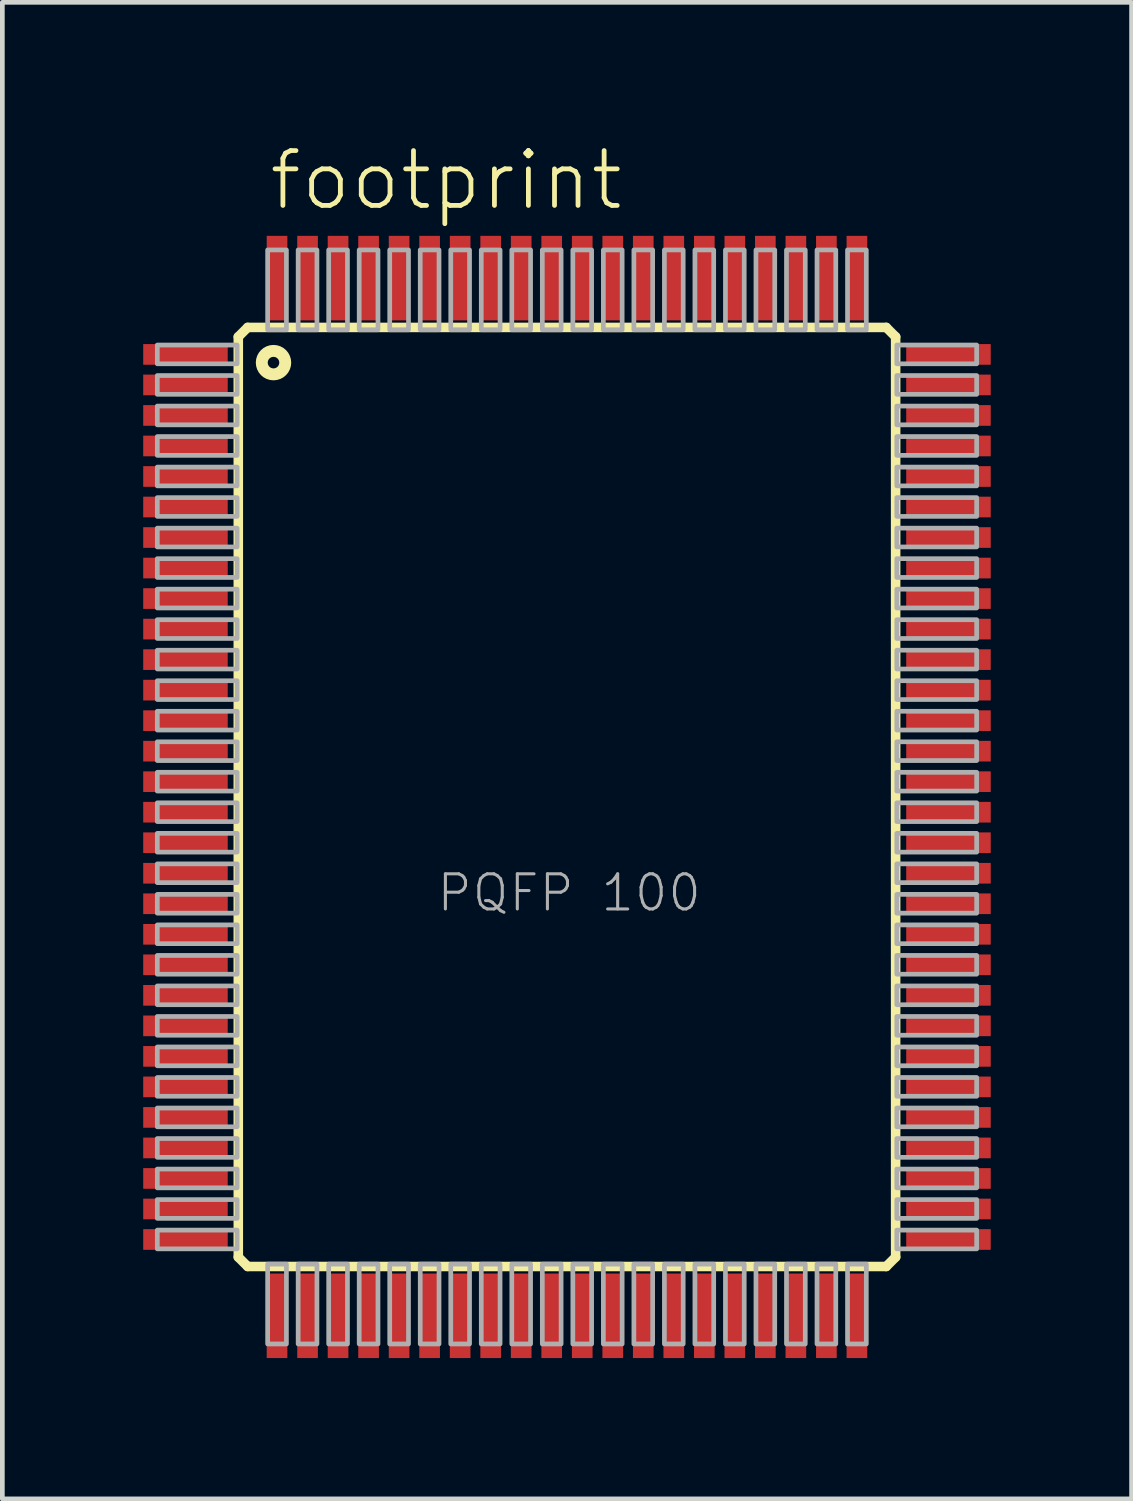
<source format=kicad_pcb>
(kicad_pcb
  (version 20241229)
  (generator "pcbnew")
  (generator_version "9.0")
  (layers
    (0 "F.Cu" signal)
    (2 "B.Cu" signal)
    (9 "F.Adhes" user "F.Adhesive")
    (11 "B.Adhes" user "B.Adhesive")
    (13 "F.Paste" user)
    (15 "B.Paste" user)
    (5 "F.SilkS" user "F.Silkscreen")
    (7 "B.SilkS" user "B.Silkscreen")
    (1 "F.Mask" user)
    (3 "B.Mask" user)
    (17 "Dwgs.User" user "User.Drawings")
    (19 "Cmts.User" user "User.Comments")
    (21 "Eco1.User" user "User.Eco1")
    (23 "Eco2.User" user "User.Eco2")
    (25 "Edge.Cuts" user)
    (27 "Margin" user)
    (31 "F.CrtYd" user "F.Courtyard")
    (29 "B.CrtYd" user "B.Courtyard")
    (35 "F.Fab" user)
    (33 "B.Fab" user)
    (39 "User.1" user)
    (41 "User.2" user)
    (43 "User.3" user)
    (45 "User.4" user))
  (footprint "footprint"
    (layer "F.Cu")
    (at 9.025 13.923)
    (property "Reference" "footprint" (at -6.395 -12.45 0) (layer "F.SilkS") (effects (font (size 1.168 1.168) (thickness 0.102)) (justify left bottom)))
    (fp_line (start -7 -9.8) (end -6.8 -10) (stroke (width 0.203) (type solid)) (layer "F.SilkS"))
    (fp_line (start -7 9.8) (end -7 -9.8) (stroke (width 0.203) (type solid)) (layer "F.SilkS"))
    (fp_line (start -6.8 -10) (end 6.8 -10) (stroke (width 0.203) (type solid)) (layer "F.SilkS"))
    (fp_line (start -6.8 10) (end -7 9.8) (stroke (width 0.203) (type solid)) (layer "F.SilkS"))
    (fp_line (start 6.8 -10) (end 7 -9.8) (stroke (width 0.203) (type solid)) (layer "F.SilkS"))
    (fp_line (start 6.8 10) (end -6.8 10) (stroke (width 0.203) (type solid)) (layer "F.SilkS"))
    (fp_line (start 7 -9.8) (end 7 9.8) (stroke (width 0.203) (type solid)) (layer "F.SilkS"))
    (fp_line (start 7 9.8) (end 6.8 10) (stroke (width 0.203) (type solid)) (layer "F.SilkS"))
    (fp_circle (center -6.25 -9.25) (end -6 -9.25) (stroke (width 0.254) (type solid)) (fill no) (layer "F.SilkS"))
    (fp_poly (pts (xy -8.725 -9.225) (xy -7.025 -9.225) (xy -7.025 -9.625) (xy -8.725 -9.625)) (stroke (width 0.1) (type solid)) (fill no) (layer "F.Fab"))
    (fp_poly (pts (xy -8.725 -8.575) (xy -7.025 -8.575) (xy -7.025 -8.975) (xy -8.725 -8.975)) (stroke (width 0.1) (type solid)) (fill no) (layer "F.Fab"))
    (fp_poly (pts (xy -8.725 -7.925) (xy -7.025 -7.925) (xy -7.025 -8.325) (xy -8.725 -8.325)) (stroke (width 0.1) (type solid)) (fill no) (layer "F.Fab"))
    (fp_poly (pts (xy -8.725 -7.275) (xy -7.025 -7.275) (xy -7.025 -7.675) (xy -8.725 -7.675)) (stroke (width 0.1) (type solid)) (fill no) (layer "F.Fab"))
    (fp_poly (pts (xy -8.725 -6.625) (xy -7.025 -6.625) (xy -7.025 -7.025) (xy -8.725 -7.025)) (stroke (width 0.1) (type solid)) (fill no) (layer "F.Fab"))
    (fp_poly (pts (xy -8.725 -5.975) (xy -7.025 -5.975) (xy -7.025 -6.375) (xy -8.725 -6.375)) (stroke (width 0.1) (type solid)) (fill no) (layer "F.Fab"))
    (fp_poly (pts (xy -8.725 -5.325) (xy -7.025 -5.325) (xy -7.025 -5.725) (xy -8.725 -5.725)) (stroke (width 0.1) (type solid)) (fill no) (layer "F.Fab"))
    (fp_poly (pts (xy -8.725 -4.675) (xy -7.025 -4.675) (xy -7.025 -5.075) (xy -8.725 -5.075)) (stroke (width 0.1) (type solid)) (fill no) (layer "F.Fab"))
    (fp_poly (pts (xy -8.725 -4.025) (xy -7.025 -4.025) (xy -7.025 -4.425) (xy -8.725 -4.425)) (stroke (width 0.1) (type solid)) (fill no) (layer "F.Fab"))
    (fp_poly (pts (xy -8.725 -3.375) (xy -7.025 -3.375) (xy -7.025 -3.775) (xy -8.725 -3.775)) (stroke (width 0.1) (type solid)) (fill no) (layer "F.Fab"))
    (fp_poly (pts (xy -8.725 -2.725) (xy -7.025 -2.725) (xy -7.025 -3.125) (xy -8.725 -3.125)) (stroke (width 0.1) (type solid)) (fill no) (layer "F.Fab"))
    (fp_poly (pts (xy -8.725 -2.075) (xy -7.025 -2.075) (xy -7.025 -2.475) (xy -8.725 -2.475)) (stroke (width 0.1) (type solid)) (fill no) (layer "F.Fab"))
    (fp_poly (pts (xy -8.725 -1.425) (xy -7.025 -1.425) (xy -7.025 -1.825) (xy -8.725 -1.825)) (stroke (width 0.1) (type solid)) (fill no) (layer "F.Fab"))
    (fp_poly (pts (xy -8.725 -0.775) (xy -7.025 -0.775) (xy -7.025 -1.175) (xy -8.725 -1.175)) (stroke (width 0.1) (type solid)) (fill no) (layer "F.Fab"))
    (fp_poly (pts (xy -8.725 -0.125) (xy -7.025 -0.125) (xy -7.025 -0.525) (xy -8.725 -0.525)) (stroke (width 0.1) (type solid)) (fill no) (layer "F.Fab"))
    (fp_poly (pts (xy -8.725 0.525) (xy -7.025 0.525) (xy -7.025 0.125) (xy -8.725 0.125)) (stroke (width 0.1) (type solid)) (fill no) (layer "F.Fab"))
    (fp_poly (pts (xy -8.725 1.175) (xy -7.025 1.175) (xy -7.025 0.775) (xy -8.725 0.775)) (stroke (width 0.1) (type solid)) (fill no) (layer "F.Fab"))
    (fp_poly (pts (xy -8.725 1.825) (xy -7.025 1.825) (xy -7.025 1.425) (xy -8.725 1.425)) (stroke (width 0.1) (type solid)) (fill no) (layer "F.Fab"))
    (fp_poly (pts (xy -8.725 2.475) (xy -7.025 2.475) (xy -7.025 2.075) (xy -8.725 2.075)) (stroke (width 0.1) (type solid)) (fill no) (layer "F.Fab"))
    (fp_poly (pts (xy -8.725 3.125) (xy -7.025 3.125) (xy -7.025 2.725) (xy -8.725 2.725)) (stroke (width 0.1) (type solid)) (fill no) (layer "F.Fab"))
    (fp_poly (pts (xy -8.725 3.775) (xy -7.025 3.775) (xy -7.025 3.375) (xy -8.725 3.375)) (stroke (width 0.1) (type solid)) (fill no) (layer "F.Fab"))
    (fp_poly (pts (xy -8.725 4.425) (xy -7.025 4.425) (xy -7.025 4.025) (xy -8.725 4.025)) (stroke (width 0.1) (type solid)) (fill no) (layer "F.Fab"))
    (fp_poly (pts (xy -8.725 5.075) (xy -7.025 5.075) (xy -7.025 4.675) (xy -8.725 4.675)) (stroke (width 0.1) (type solid)) (fill no) (layer "F.Fab"))
    (fp_poly (pts (xy -8.725 5.725) (xy -7.025 5.725) (xy -7.025 5.325) (xy -8.725 5.325)) (stroke (width 0.1) (type solid)) (fill no) (layer "F.Fab"))
    (fp_poly (pts (xy -8.725 6.375) (xy -7.025 6.375) (xy -7.025 5.975) (xy -8.725 5.975)) (stroke (width 0.1) (type solid)) (fill no) (layer "F.Fab"))
    (fp_poly (pts (xy -8.725 7.025) (xy -7.025 7.025) (xy -7.025 6.625) (xy -8.725 6.625)) (stroke (width 0.1) (type solid)) (fill no) (layer "F.Fab"))
    (fp_poly (pts (xy -8.725 7.675) (xy -7.025 7.675) (xy -7.025 7.275) (xy -8.725 7.275)) (stroke (width 0.1) (type solid)) (fill no) (layer "F.Fab"))
    (fp_poly (pts (xy -8.725 8.325) (xy -7.025 8.325) (xy -7.025 7.925) (xy -8.725 7.925)) (stroke (width 0.1) (type solid)) (fill no) (layer "F.Fab"))
    (fp_poly (pts (xy -8.725 8.975) (xy -7.025 8.975) (xy -7.025 8.575) (xy -8.725 8.575)) (stroke (width 0.1) (type solid)) (fill no) (layer "F.Fab"))
    (fp_poly (pts (xy -8.725 9.625) (xy -7.025 9.625) (xy -7.025 9.225) (xy -8.725 9.225)) (stroke (width 0.1) (type solid)) (fill no) (layer "F.Fab"))
    (fp_poly (pts (xy -6.375 -9.95) (xy -5.975 -9.95) (xy -5.975 -11.65) (xy -6.375 -11.65)) (stroke (width 0.1) (type solid)) (fill no) (layer "F.Fab"))
    (fp_poly (pts (xy -6.375 11.65) (xy -5.975 11.65) (xy -5.975 9.95) (xy -6.375 9.95)) (stroke (width 0.1) (type solid)) (fill no) (layer "F.Fab"))
    (fp_poly (pts (xy -5.725 -9.95) (xy -5.325 -9.95) (xy -5.325 -11.65) (xy -5.725 -11.65)) (stroke (width 0.1) (type solid)) (fill no) (layer "F.Fab"))
    (fp_poly (pts (xy -5.725 11.65) (xy -5.325 11.65) (xy -5.325 9.95) (xy -5.725 9.95)) (stroke (width 0.1) (type solid)) (fill no) (layer "F.Fab"))
    (fp_poly (pts (xy -5.075 -9.95) (xy -4.675 -9.95) (xy -4.675 -11.65) (xy -5.075 -11.65)) (stroke (width 0.1) (type solid)) (fill no) (layer "F.Fab"))
    (fp_poly (pts (xy -5.075 11.65) (xy -4.675 11.65) (xy -4.675 9.95) (xy -5.075 9.95)) (stroke (width 0.1) (type solid)) (fill no) (layer "F.Fab"))
    (fp_poly (pts (xy -4.425 -9.95) (xy -4.025 -9.95) (xy -4.025 -11.65) (xy -4.425 -11.65)) (stroke (width 0.1) (type solid)) (fill no) (layer "F.Fab"))
    (fp_poly (pts (xy -4.425 11.65) (xy -4.025 11.65) (xy -4.025 9.95) (xy -4.425 9.95)) (stroke (width 0.1) (type solid)) (fill no) (layer "F.Fab"))
    (fp_poly (pts (xy -3.775 -9.95) (xy -3.375 -9.95) (xy -3.375 -11.65) (xy -3.775 -11.65)) (stroke (width 0.1) (type solid)) (fill no) (layer "F.Fab"))
    (fp_poly (pts (xy -3.775 11.65) (xy -3.375 11.65) (xy -3.375 9.95) (xy -3.775 9.95)) (stroke (width 0.1) (type solid)) (fill no) (layer "F.Fab"))
    (fp_poly (pts (xy -3.125 -9.95) (xy -2.725 -9.95) (xy -2.725 -11.65) (xy -3.125 -11.65)) (stroke (width 0.1) (type solid)) (fill no) (layer "F.Fab"))
    (fp_poly (pts (xy -3.125 11.65) (xy -2.725 11.65) (xy -2.725 9.95) (xy -3.125 9.95)) (stroke (width 0.1) (type solid)) (fill no) (layer "F.Fab"))
    (fp_poly (pts (xy -2.475 -9.95) (xy -2.075 -9.95) (xy -2.075 -11.65) (xy -2.475 -11.65)) (stroke (width 0.1) (type solid)) (fill no) (layer "F.Fab"))
    (fp_poly (pts (xy -2.475 11.65) (xy -2.075 11.65) (xy -2.075 9.95) (xy -2.475 9.95)) (stroke (width 0.1) (type solid)) (fill no) (layer "F.Fab"))
    (fp_poly (pts (xy -1.825 -9.95) (xy -1.425 -9.95) (xy -1.425 -11.65) (xy -1.825 -11.65)) (stroke (width 0.1) (type solid)) (fill no) (layer "F.Fab"))
    (fp_poly (pts (xy -1.825 11.65) (xy -1.425 11.65) (xy -1.425 9.95) (xy -1.825 9.95)) (stroke (width 0.1) (type solid)) (fill no) (layer "F.Fab"))
    (fp_poly (pts (xy -1.175 -9.95) (xy -0.775 -9.95) (xy -0.775 -11.65) (xy -1.175 -11.65)) (stroke (width 0.1) (type solid)) (fill no) (layer "F.Fab"))
    (fp_poly (pts (xy -1.175 11.65) (xy -0.775 11.65) (xy -0.775 9.95) (xy -1.175 9.95)) (stroke (width 0.1) (type solid)) (fill no) (layer "F.Fab"))
    (fp_poly (pts (xy -0.525 -9.95) (xy -0.125 -9.95) (xy -0.125 -11.65) (xy -0.525 -11.65)) (stroke (width 0.1) (type solid)) (fill no) (layer "F.Fab"))
    (fp_poly (pts (xy -0.525 11.65) (xy -0.125 11.65) (xy -0.125 9.95) (xy -0.525 9.95)) (stroke (width 0.1) (type solid)) (fill no) (layer "F.Fab"))
    (fp_poly (pts (xy 0.125 -9.95) (xy 0.525 -9.95) (xy 0.525 -11.65) (xy 0.125 -11.65)) (stroke (width 0.1) (type solid)) (fill no) (layer "F.Fab"))
    (fp_poly (pts (xy 0.125 11.65) (xy 0.525 11.65) (xy 0.525 9.95) (xy 0.125 9.95)) (stroke (width 0.1) (type solid)) (fill no) (layer "F.Fab"))
    (fp_poly (pts (xy 0.775 -9.95) (xy 1.175 -9.95) (xy 1.175 -11.65) (xy 0.775 -11.65)) (stroke (width 0.1) (type solid)) (fill no) (layer "F.Fab"))
    (fp_poly (pts (xy 0.775 11.65) (xy 1.175 11.65) (xy 1.175 9.95) (xy 0.775 9.95)) (stroke (width 0.1) (type solid)) (fill no) (layer "F.Fab"))
    (fp_poly (pts (xy 1.425 -9.95) (xy 1.825 -9.95) (xy 1.825 -11.65) (xy 1.425 -11.65)) (stroke (width 0.1) (type solid)) (fill no) (layer "F.Fab"))
    (fp_poly (pts (xy 1.425 11.65) (xy 1.825 11.65) (xy 1.825 9.95) (xy 1.425 9.95)) (stroke (width 0.1) (type solid)) (fill no) (layer "F.Fab"))
    (fp_poly (pts (xy 2.075 -9.95) (xy 2.475 -9.95) (xy 2.475 -11.65) (xy 2.075 -11.65)) (stroke (width 0.1) (type solid)) (fill no) (layer "F.Fab"))
    (fp_poly (pts (xy 2.075 11.65) (xy 2.475 11.65) (xy 2.475 9.95) (xy 2.075 9.95)) (stroke (width 0.1) (type solid)) (fill no) (layer "F.Fab"))
    (fp_poly (pts (xy 2.725 -9.95) (xy 3.125 -9.95) (xy 3.125 -11.65) (xy 2.725 -11.65)) (stroke (width 0.1) (type solid)) (fill no) (layer "F.Fab"))
    (fp_poly (pts (xy 2.725 11.65) (xy 3.125 11.65) (xy 3.125 9.95) (xy 2.725 9.95)) (stroke (width 0.1) (type solid)) (fill no) (layer "F.Fab"))
    (fp_poly (pts (xy 3.375 -9.95) (xy 3.775 -9.95) (xy 3.775 -11.65) (xy 3.375 -11.65)) (stroke (width 0.1) (type solid)) (fill no) (layer "F.Fab"))
    (fp_poly (pts (xy 3.375 11.65) (xy 3.775 11.65) (xy 3.775 9.95) (xy 3.375 9.95)) (stroke (width 0.1) (type solid)) (fill no) (layer "F.Fab"))
    (fp_poly (pts (xy 4.025 -9.95) (xy 4.425 -9.95) (xy 4.425 -11.65) (xy 4.025 -11.65)) (stroke (width 0.1) (type solid)) (fill no) (layer "F.Fab"))
    (fp_poly (pts (xy 4.025 11.65) (xy 4.425 11.65) (xy 4.425 9.95) (xy 4.025 9.95)) (stroke (width 0.1) (type solid)) (fill no) (layer "F.Fab"))
    (fp_poly (pts (xy 4.675 -9.95) (xy 5.075 -9.95) (xy 5.075 -11.65) (xy 4.675 -11.65)) (stroke (width 0.1) (type solid)) (fill no) (layer "F.Fab"))
    (fp_poly (pts (xy 4.675 11.65) (xy 5.075 11.65) (xy 5.075 9.95) (xy 4.675 9.95)) (stroke (width 0.1) (type solid)) (fill no) (layer "F.Fab"))
    (fp_poly (pts (xy 5.325 -9.95) (xy 5.725 -9.95) (xy 5.725 -11.65) (xy 5.325 -11.65)) (stroke (width 0.1) (type solid)) (fill no) (layer "F.Fab"))
    (fp_poly (pts (xy 5.325 11.65) (xy 5.725 11.65) (xy 5.725 9.95) (xy 5.325 9.95)) (stroke (width 0.1) (type solid)) (fill no) (layer "F.Fab"))
    (fp_poly (pts (xy 5.975 -9.95) (xy 6.375 -9.95) (xy 6.375 -11.65) (xy 5.975 -11.65)) (stroke (width 0.1) (type solid)) (fill no) (layer "F.Fab"))
    (fp_poly (pts (xy 5.975 11.65) (xy 6.375 11.65) (xy 6.375 9.95) (xy 5.975 9.95)) (stroke (width 0.1) (type solid)) (fill no) (layer "F.Fab"))
    (fp_poly (pts (xy 7.025 -9.225) (xy 8.725 -9.225) (xy 8.725 -9.625) (xy 7.025 -9.625)) (stroke (width 0.1) (type solid)) (fill no) (layer "F.Fab"))
    (fp_poly (pts (xy 7.025 -8.575) (xy 8.725 -8.575) (xy 8.725 -8.975) (xy 7.025 -8.975)) (stroke (width 0.1) (type solid)) (fill no) (layer "F.Fab"))
    (fp_poly (pts (xy 7.025 -7.925) (xy 8.725 -7.925) (xy 8.725 -8.325) (xy 7.025 -8.325)) (stroke (width 0.1) (type solid)) (fill no) (layer "F.Fab"))
    (fp_poly (pts (xy 7.025 -7.275) (xy 8.725 -7.275) (xy 8.725 -7.675) (xy 7.025 -7.675)) (stroke (width 0.1) (type solid)) (fill no) (layer "F.Fab"))
    (fp_poly (pts (xy 7.025 -6.625) (xy 8.725 -6.625) (xy 8.725 -7.025) (xy 7.025 -7.025)) (stroke (width 0.1) (type solid)) (fill no) (layer "F.Fab"))
    (fp_poly (pts (xy 7.025 -5.975) (xy 8.725 -5.975) (xy 8.725 -6.375) (xy 7.025 -6.375)) (stroke (width 0.1) (type solid)) (fill no) (layer "F.Fab"))
    (fp_poly (pts (xy 7.025 -5.325) (xy 8.725 -5.325) (xy 8.725 -5.725) (xy 7.025 -5.725)) (stroke (width 0.1) (type solid)) (fill no) (layer "F.Fab"))
    (fp_poly (pts (xy 7.025 -4.675) (xy 8.725 -4.675) (xy 8.725 -5.075) (xy 7.025 -5.075)) (stroke (width 0.1) (type solid)) (fill no) (layer "F.Fab"))
    (fp_poly (pts (xy 7.025 -4.025) (xy 8.725 -4.025) (xy 8.725 -4.425) (xy 7.025 -4.425)) (stroke (width 0.1) (type solid)) (fill no) (layer "F.Fab"))
    (fp_poly (pts (xy 7.025 -3.375) (xy 8.725 -3.375) (xy 8.725 -3.775) (xy 7.025 -3.775)) (stroke (width 0.1) (type solid)) (fill no) (layer "F.Fab"))
    (fp_poly (pts (xy 7.025 -2.725) (xy 8.725 -2.725) (xy 8.725 -3.125) (xy 7.025 -3.125)) (stroke (width 0.1) (type solid)) (fill no) (layer "F.Fab"))
    (fp_poly (pts (xy 7.025 -2.075) (xy 8.725 -2.075) (xy 8.725 -2.475) (xy 7.025 -2.475)) (stroke (width 0.1) (type solid)) (fill no) (layer "F.Fab"))
    (fp_poly (pts (xy 7.025 -1.425) (xy 8.725 -1.425) (xy 8.725 -1.825) (xy 7.025 -1.825)) (stroke (width 0.1) (type solid)) (fill no) (layer "F.Fab"))
    (fp_poly (pts (xy 7.025 -0.775) (xy 8.725 -0.775) (xy 8.725 -1.175) (xy 7.025 -1.175)) (stroke (width 0.1) (type solid)) (fill no) (layer "F.Fab"))
    (fp_poly (pts (xy 7.025 -0.125) (xy 8.725 -0.125) (xy 8.725 -0.525) (xy 7.025 -0.525)) (stroke (width 0.1) (type solid)) (fill no) (layer "F.Fab"))
    (fp_poly (pts (xy 7.025 0.525) (xy 8.725 0.525) (xy 8.725 0.125) (xy 7.025 0.125)) (stroke (width 0.1) (type solid)) (fill no) (layer "F.Fab"))
    (fp_poly (pts (xy 7.025 1.175) (xy 8.725 1.175) (xy 8.725 0.775) (xy 7.025 0.775)) (stroke (width 0.1) (type solid)) (fill no) (layer "F.Fab"))
    (fp_poly (pts (xy 7.025 1.825) (xy 8.725 1.825) (xy 8.725 1.425) (xy 7.025 1.425)) (stroke (width 0.1) (type solid)) (fill no) (layer "F.Fab"))
    (fp_poly (pts (xy 7.025 2.475) (xy 8.725 2.475) (xy 8.725 2.075) (xy 7.025 2.075)) (stroke (width 0.1) (type solid)) (fill no) (layer "F.Fab"))
    (fp_poly (pts (xy 7.025 3.125) (xy 8.725 3.125) (xy 8.725 2.725) (xy 7.025 2.725)) (stroke (width 0.1) (type solid)) (fill no) (layer "F.Fab"))
    (fp_poly (pts (xy 7.025 3.775) (xy 8.725 3.775) (xy 8.725 3.375) (xy 7.025 3.375)) (stroke (width 0.1) (type solid)) (fill no) (layer "F.Fab"))
    (fp_poly (pts (xy 7.025 4.425) (xy 8.725 4.425) (xy 8.725 4.025) (xy 7.025 4.025)) (stroke (width 0.1) (type solid)) (fill no) (layer "F.Fab"))
    (fp_poly (pts (xy 7.025 5.075) (xy 8.725 5.075) (xy 8.725 4.675) (xy 7.025 4.675)) (stroke (width 0.1) (type solid)) (fill no) (layer "F.Fab"))
    (fp_poly (pts (xy 7.025 5.725) (xy 8.725 5.725) (xy 8.725 5.325) (xy 7.025 5.325)) (stroke (width 0.1) (type solid)) (fill no) (layer "F.Fab"))
    (fp_poly (pts (xy 7.025 6.375) (xy 8.725 6.375) (xy 8.725 5.975) (xy 7.025 5.975)) (stroke (width 0.1) (type solid)) (fill no) (layer "F.Fab"))
    (fp_poly (pts (xy 7.025 7.025) (xy 8.725 7.025) (xy 8.725 6.625) (xy 7.025 6.625)) (stroke (width 0.1) (type solid)) (fill no) (layer "F.Fab"))
    (fp_poly (pts (xy 7.025 7.675) (xy 8.725 7.675) (xy 8.725 7.275) (xy 7.025 7.275)) (stroke (width 0.1) (type solid)) (fill no) (layer "F.Fab"))
    (fp_poly (pts (xy 7.025 8.325) (xy 8.725 8.325) (xy 8.725 7.925) (xy 7.025 7.925)) (stroke (width 0.1) (type solid)) (fill no) (layer "F.Fab"))
    (fp_poly (pts (xy 7.025 8.975) (xy 8.725 8.975) (xy 8.725 8.575) (xy 7.025 8.575)) (stroke (width 0.1) (type solid)) (fill no) (layer "F.Fab"))
    (fp_poly (pts (xy 7.025 9.625) (xy 8.725 9.625) (xy 8.725 9.225) (xy 7.025 9.225)) (stroke (width 0.1) (type solid)) (fill no) (layer "F.Fab"))
    (fp_text user "PQFP 100" (at -2.81 2.48 0) (layer "F.Fab") (effects (font (size 0.748 0.748) (thickness 0.065)) (justify left bottom)))
    (pad "1" smd rect (at -8.125 -9.425) (size 1.8 0.44) (layers "F.Cu" "F.Mask" "F.Paste"))
    (pad "2" smd rect (at -8.125 -8.775) (size 1.8 0.44) (layers "F.Cu" "F.Mask" "F.Paste"))
    (pad "3" smd rect (at -8.125 -8.125) (size 1.8 0.44) (layers "F.Cu" "F.Mask" "F.Paste"))
    (pad "4" smd rect (at -8.125 -7.475) (size 1.8 0.44) (layers "F.Cu" "F.Mask" "F.Paste"))
    (pad "5" smd rect (at -8.125 -6.825) (size 1.8 0.44) (layers "F.Cu" "F.Mask" "F.Paste"))
    (pad "6" smd rect (at -8.125 -6.175) (size 1.8 0.44) (layers "F.Cu" "F.Mask" "F.Paste"))
    (pad "7" smd rect (at -8.125 -5.525) (size 1.8 0.44) (layers "F.Cu" "F.Mask" "F.Paste"))
    (pad "8" smd rect (at -8.125 -4.875) (size 1.8 0.44) (layers "F.Cu" "F.Mask" "F.Paste"))
    (pad "9" smd rect (at -8.125 -4.225) (size 1.8 0.44) (layers "F.Cu" "F.Mask" "F.Paste"))
    (pad "10" smd rect (at -8.125 -3.575) (size 1.8 0.44) (layers "F.Cu" "F.Mask" "F.Paste"))
    (pad "11" smd rect (at -8.125 -2.925) (size 1.8 0.44) (layers "F.Cu" "F.Mask" "F.Paste"))
    (pad "12" smd rect (at -8.125 -2.275) (size 1.8 0.44) (layers "F.Cu" "F.Mask" "F.Paste"))
    (pad "13" smd rect (at -8.125 -1.625) (size 1.8 0.44) (layers "F.Cu" "F.Mask" "F.Paste"))
    (pad "14" smd rect (at -8.125 -0.975) (size 1.8 0.44) (layers "F.Cu" "F.Mask" "F.Paste"))
    (pad "15" smd rect (at -8.125 -0.325) (size 1.8 0.44) (layers "F.Cu" "F.Mask" "F.Paste"))
    (pad "16" smd rect (at -8.125 0.325) (size 1.8 0.44) (layers "F.Cu" "F.Mask" "F.Paste"))
    (pad "17" smd rect (at -8.125 0.975) (size 1.8 0.44) (layers "F.Cu" "F.Mask" "F.Paste"))
    (pad "18" smd rect (at -8.125 1.625) (size 1.8 0.44) (layers "F.Cu" "F.Mask" "F.Paste"))
    (pad "19" smd rect (at -8.125 2.275) (size 1.8 0.44) (layers "F.Cu" "F.Mask" "F.Paste"))
    (pad "20" smd rect (at -8.125 2.925) (size 1.8 0.44) (layers "F.Cu" "F.Mask" "F.Paste"))
    (pad "21" smd rect (at -8.125 3.575) (size 1.8 0.44) (layers "F.Cu" "F.Mask" "F.Paste"))
    (pad "22" smd rect (at -8.125 4.225) (size 1.8 0.44) (layers "F.Cu" "F.Mask" "F.Paste"))
    (pad "23" smd rect (at -8.125 4.875) (size 1.8 0.44) (layers "F.Cu" "F.Mask" "F.Paste"))
    (pad "24" smd rect (at -8.125 5.525) (size 1.8 0.44) (layers "F.Cu" "F.Mask" "F.Paste"))
    (pad "25" smd rect (at -8.125 6.175) (size 1.8 0.44) (layers "F.Cu" "F.Mask" "F.Paste"))
    (pad "26" smd rect (at -8.125 6.825) (size 1.8 0.44) (layers "F.Cu" "F.Mask" "F.Paste"))
    (pad "27" smd rect (at -8.125 7.475) (size 1.8 0.44) (layers "F.Cu" "F.Mask" "F.Paste"))
    (pad "28" smd rect (at -8.125 8.125) (size 1.8 0.44) (layers "F.Cu" "F.Mask" "F.Paste"))
    (pad "29" smd rect (at -8.125 8.775) (size 1.8 0.44) (layers "F.Cu" "F.Mask" "F.Paste"))
    (pad "30" smd rect (at -8.125 9.425) (size 1.8 0.44) (layers "F.Cu" "F.Mask" "F.Paste"))
    (pad "31" smd rect (at -6.175 11.05) (size 0.44 1.8) (layers "F.Cu" "F.Mask" "F.Paste"))
    (pad "32" smd rect (at -5.525 11.05) (size 0.44 1.8) (layers "F.Cu" "F.Mask" "F.Paste"))
    (pad "33" smd rect (at -4.875 11.05) (size 0.44 1.8) (layers "F.Cu" "F.Mask" "F.Paste"))
    (pad "34" smd rect (at -4.225 11.05) (size 0.44 1.8) (layers "F.Cu" "F.Mask" "F.Paste"))
    (pad "35" smd rect (at -3.575 11.05) (size 0.44 1.8) (layers "F.Cu" "F.Mask" "F.Paste"))
    (pad "36" smd rect (at -2.925 11.05) (size 0.44 1.8) (layers "F.Cu" "F.Mask" "F.Paste"))
    (pad "37" smd rect (at -2.275 11.05) (size 0.44 1.8) (layers "F.Cu" "F.Mask" "F.Paste"))
    (pad "38" smd rect (at -1.625 11.05) (size 0.44 1.8) (layers "F.Cu" "F.Mask" "F.Paste"))
    (pad "39" smd rect (at -0.975 11.05) (size 0.44 1.8) (layers "F.Cu" "F.Mask" "F.Paste"))
    (pad "40" smd rect (at -0.325 11.05) (size 0.44 1.8) (layers "F.Cu" "F.Mask" "F.Paste"))
    (pad "41" smd rect (at 0.325 11.05) (size 0.44 1.8) (layers "F.Cu" "F.Mask" "F.Paste"))
    (pad "42" smd rect (at 0.975 11.05) (size 0.44 1.8) (layers "F.Cu" "F.Mask" "F.Paste"))
    (pad "43" smd rect (at 1.625 11.05) (size 0.44 1.8) (layers "F.Cu" "F.Mask" "F.Paste"))
    (pad "44" smd rect (at 2.275 11.05) (size 0.44 1.8) (layers "F.Cu" "F.Mask" "F.Paste"))
    (pad "45" smd rect (at 2.925 11.05) (size 0.44 1.8) (layers "F.Cu" "F.Mask" "F.Paste"))
    (pad "46" smd rect (at 3.575 11.05) (size 0.44 1.8) (layers "F.Cu" "F.Mask" "F.Paste"))
    (pad "47" smd rect (at 4.225 11.05) (size 0.44 1.8) (layers "F.Cu" "F.Mask" "F.Paste"))
    (pad "48" smd rect (at 4.875 11.05) (size 0.44 1.8) (layers "F.Cu" "F.Mask" "F.Paste"))
    (pad "49" smd rect (at 5.525 11.05) (size 0.44 1.8) (layers "F.Cu" "F.Mask" "F.Paste"))
    (pad "50" smd rect (at 6.175 11.05) (size 0.44 1.8) (layers "F.Cu" "F.Mask" "F.Paste"))
    (pad "51" smd rect (at 8.125 9.425) (size 1.8 0.44) (layers "F.Cu" "F.Mask" "F.Paste"))
    (pad "52" smd rect (at 8.125 8.775) (size 1.8 0.44) (layers "F.Cu" "F.Mask" "F.Paste"))
    (pad "53" smd rect (at 8.125 8.125) (size 1.8 0.44) (layers "F.Cu" "F.Mask" "F.Paste"))
    (pad "54" smd rect (at 8.125 7.475) (size 1.8 0.44) (layers "F.Cu" "F.Mask" "F.Paste"))
    (pad "55" smd rect (at 8.125 6.825) (size 1.8 0.44) (layers "F.Cu" "F.Mask" "F.Paste"))
    (pad "56" smd rect (at 8.125 6.175) (size 1.8 0.44) (layers "F.Cu" "F.Mask" "F.Paste"))
    (pad "57" smd rect (at 8.125 5.525) (size 1.8 0.44) (layers "F.Cu" "F.Mask" "F.Paste"))
    (pad "58" smd rect (at 8.125 4.875) (size 1.8 0.44) (layers "F.Cu" "F.Mask" "F.Paste"))
    (pad "59" smd rect (at 8.125 4.225) (size 1.8 0.44) (layers "F.Cu" "F.Mask" "F.Paste"))
    (pad "60" smd rect (at 8.125 3.575) (size 1.8 0.44) (layers "F.Cu" "F.Mask" "F.Paste"))
    (pad "61" smd rect (at 8.125 2.925) (size 1.8 0.44) (layers "F.Cu" "F.Mask" "F.Paste"))
    (pad "62" smd rect (at 8.125 2.275) (size 1.8 0.44) (layers "F.Cu" "F.Mask" "F.Paste"))
    (pad "63" smd rect (at 8.125 1.625) (size 1.8 0.44) (layers "F.Cu" "F.Mask" "F.Paste"))
    (pad "64" smd rect (at 8.125 0.975) (size 1.8 0.44) (layers "F.Cu" "F.Mask" "F.Paste"))
    (pad "65" smd rect (at 8.125 0.325) (size 1.8 0.44) (layers "F.Cu" "F.Mask" "F.Paste"))
    (pad "66" smd rect (at 8.125 -0.325) (size 1.8 0.44) (layers "F.Cu" "F.Mask" "F.Paste"))
    (pad "67" smd rect (at 8.125 -0.975) (size 1.8 0.44) (layers "F.Cu" "F.Mask" "F.Paste"))
    (pad "68" smd rect (at 8.125 -1.625) (size 1.8 0.44) (layers "F.Cu" "F.Mask" "F.Paste"))
    (pad "69" smd rect (at 8.125 -2.275) (size 1.8 0.44) (layers "F.Cu" "F.Mask" "F.Paste"))
    (pad "70" smd rect (at 8.125 -2.925) (size 1.8 0.44) (layers "F.Cu" "F.Mask" "F.Paste"))
    (pad "71" smd rect (at 8.125 -3.575) (size 1.8 0.44) (layers "F.Cu" "F.Mask" "F.Paste"))
    (pad "72" smd rect (at 8.125 -4.225) (size 1.8 0.44) (layers "F.Cu" "F.Mask" "F.Paste"))
    (pad "73" smd rect (at 8.125 -4.875) (size 1.8 0.44) (layers "F.Cu" "F.Mask" "F.Paste"))
    (pad "74" smd rect (at 8.125 -5.525) (size 1.8 0.44) (layers "F.Cu" "F.Mask" "F.Paste"))
    (pad "75" smd rect (at 8.125 -6.175) (size 1.8 0.44) (layers "F.Cu" "F.Mask" "F.Paste"))
    (pad "76" smd rect (at 8.125 -6.825) (size 1.8 0.44) (layers "F.Cu" "F.Mask" "F.Paste"))
    (pad "77" smd rect (at 8.125 -7.475) (size 1.8 0.44) (layers "F.Cu" "F.Mask" "F.Paste"))
    (pad "78" smd rect (at 8.125 -8.125) (size 1.8 0.44) (layers "F.Cu" "F.Mask" "F.Paste"))
    (pad "79" smd rect (at 8.125 -8.775) (size 1.8 0.44) (layers "F.Cu" "F.Mask" "F.Paste"))
    (pad "80" smd rect (at 8.125 -9.425) (size 1.8 0.44) (layers "F.Cu" "F.Mask" "F.Paste"))
    (pad "81" smd rect (at 6.175 -11.05) (size 0.44 1.8) (layers "F.Cu" "F.Mask" "F.Paste"))
    (pad "82" smd rect (at 5.525 -11.05) (size 0.44 1.8) (layers "F.Cu" "F.Mask" "F.Paste"))
    (pad "83" smd rect (at 4.875 -11.05) (size 0.44 1.8) (layers "F.Cu" "F.Mask" "F.Paste"))
    (pad "84" smd rect (at 4.225 -11.05) (size 0.44 1.8) (layers "F.Cu" "F.Mask" "F.Paste"))
    (pad "85" smd rect (at 3.575 -11.05) (size 0.44 1.8) (layers "F.Cu" "F.Mask" "F.Paste"))
    (pad "86" smd rect (at 2.925 -11.05) (size 0.44 1.8) (layers "F.Cu" "F.Mask" "F.Paste"))
    (pad "87" smd rect (at 2.275 -11.05) (size 0.44 1.8) (layers "F.Cu" "F.Mask" "F.Paste"))
    (pad "88" smd rect (at 1.625 -11.05) (size 0.44 1.8) (layers "F.Cu" "F.Mask" "F.Paste"))
    (pad "89" smd rect (at 0.975 -11.05) (size 0.44 1.8) (layers "F.Cu" "F.Mask" "F.Paste"))
    (pad "90" smd rect (at 0.325 -11.05) (size 0.44 1.8) (layers "F.Cu" "F.Mask" "F.Paste"))
    (pad "91" smd rect (at -0.325 -11.05) (size 0.44 1.8) (layers "F.Cu" "F.Mask" "F.Paste"))
    (pad "92" smd rect (at -0.975 -11.05) (size 0.44 1.8) (layers "F.Cu" "F.Mask" "F.Paste"))
    (pad "93" smd rect (at -1.625 -11.05) (size 0.44 1.8) (layers "F.Cu" "F.Mask" "F.Paste"))
    (pad "94" smd rect (at -2.275 -11.05) (size 0.44 1.8) (layers "F.Cu" "F.Mask" "F.Paste"))
    (pad "95" smd rect (at -2.925 -11.05) (size 0.44 1.8) (layers "F.Cu" "F.Mask" "F.Paste"))
    (pad "96" smd rect (at -3.575 -11.05) (size 0.44 1.8) (layers "F.Cu" "F.Mask" "F.Paste"))
    (pad "97" smd rect (at -4.225 -11.05) (size 0.44 1.8) (layers "F.Cu" "F.Mask" "F.Paste"))
    (pad "98" smd rect (at -4.875 -11.05) (size 0.44 1.8) (layers "F.Cu" "F.Mask" "F.Paste"))
    (pad "99" smd rect (at -5.525 -11.05) (size 0.44 1.8) (layers "F.Cu" "F.Mask" "F.Paste"))
    (pad "100" smd rect (at -6.175 -11.05) (size 0.44 1.8) (layers "F.Cu" "F.Mask" "F.Paste")))
  (gr_rect
    (start -3 -3)
    (end 21.05 28.873)
    (stroke (width 0.1) (type default))
    (fill no)
    (layer "Edge.Cuts")))
</source>
